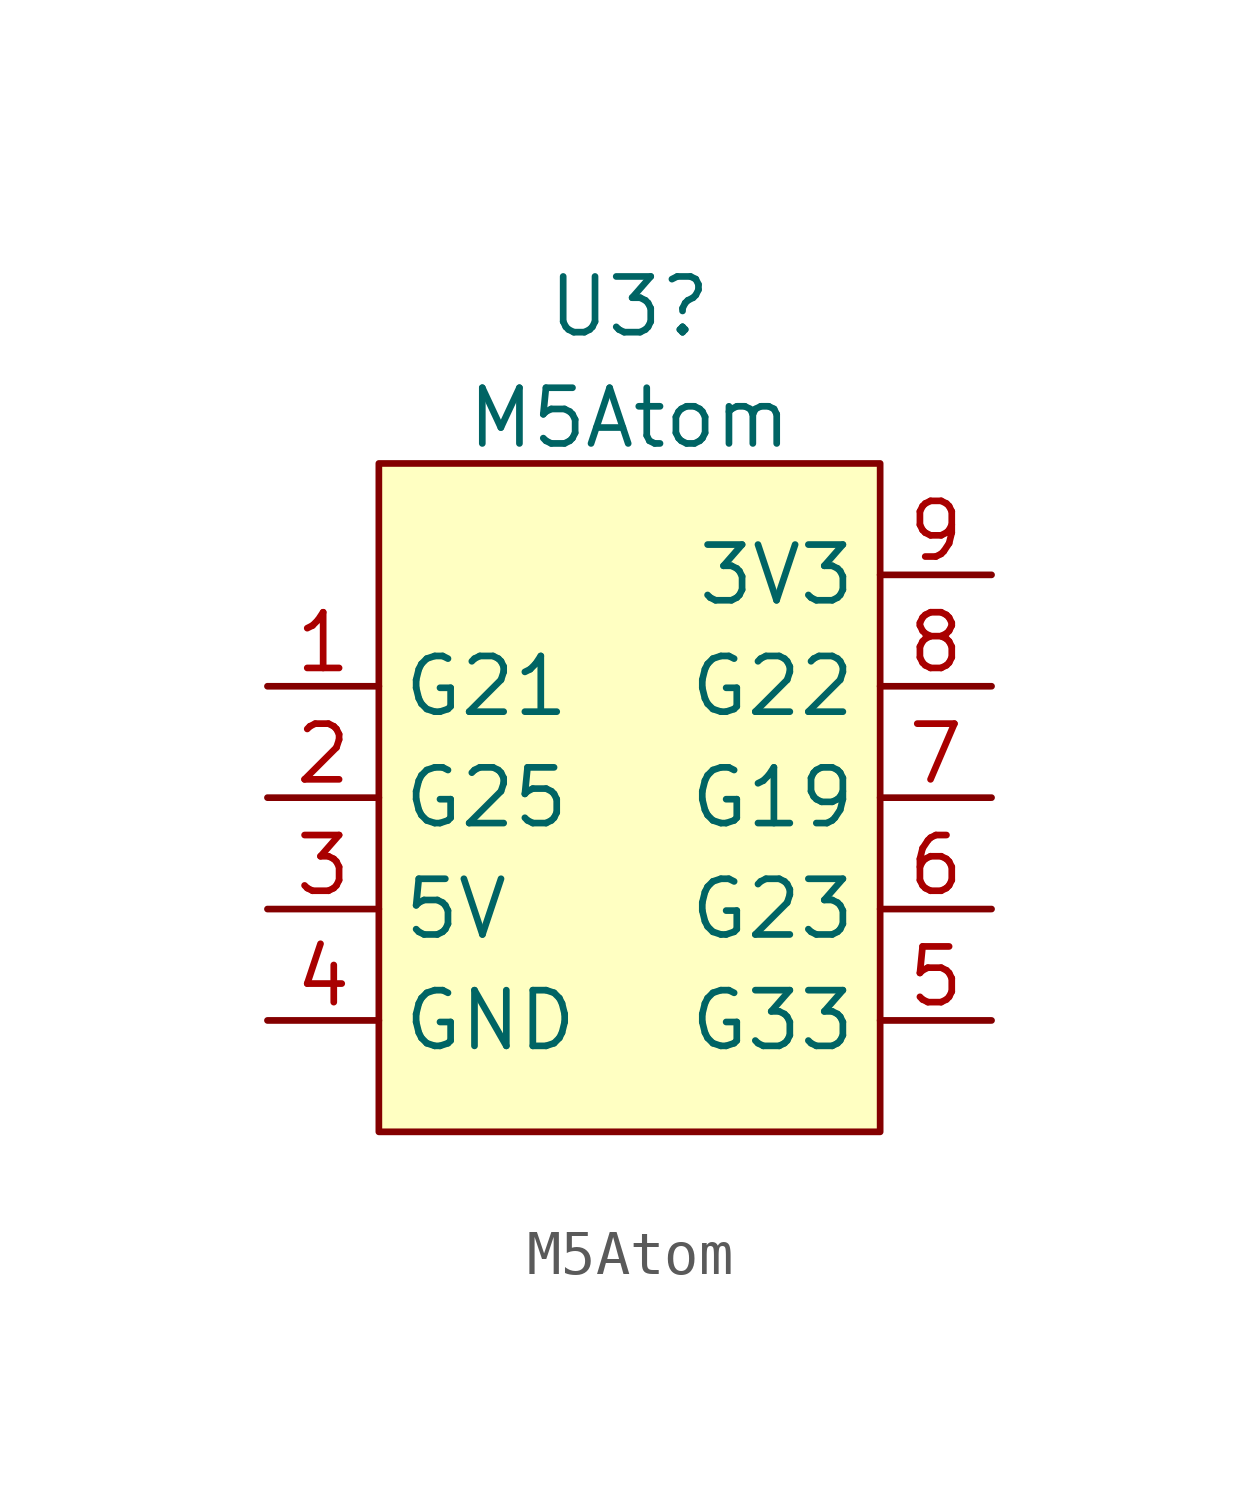
<source format=kicad_sym>
(kicad_symbol_lib
  (version 20211014)
  (generator kicad_symbol_editor)
  (symbol "M5Atom"
    (property "Reference" "U3"
      (at -0.635 9.923 0)
      (effects (font (size 1.27 1.27))))
    (property "Value" "M5Atom"
      (at -0.635 7.386 0)
      (effects (font (size 1.27 1.27))))
    (symbol "M5Atom_0_1"
      (rectangle (start -6.35 6.35) (end 5.08 -8.89) (stroke (width 0) (type default) (color 0 0 0 0)) (fill (type background))))
    (symbol "M5Atom_1_1"
      (pin bidirectional line (at -8.89 1.27 0) (length 2.54) (name "G21" (effects (font (size 1.27 1.27)))) (number "1" (effects (font (size 1.27 1.27)))))
      (pin bidirectional line (at -8.89 -1.27 0) (length 2.54) (name "G25" (effects (font (size 1.27 1.27)))) (number "2" (effects (font (size 1.27 1.27)))))
      (pin bidirectional line (at -8.89 -3.81 0) (length 2.54) (name "5V" (effects (font (size 1.27 1.27)))) (number "3" (effects (font (size 1.27 1.27)))))
      (pin bidirectional line (at -8.89 -6.35 0) (length 2.54) (name "GND" (effects (font (size 1.27 1.27)))) (number "4" (effects (font (size 1.27 1.27)))))
      (pin bidirectional line (at 7.62 -6.35 180) (length 2.54) (name "G33" (effects (font (size 1.27 1.27)))) (number "5" (effects (font (size 1.27 1.27)))))
      (pin bidirectional line (at 7.62 -3.81 180) (length 2.54) (name "G23" (effects (font (size 1.27 1.27)))) (number "6" (effects (font (size 1.27 1.27)))))
      (pin bidirectional line (at 7.62 -1.27 180) (length 2.54) (name "G19" (effects (font (size 1.27 1.27)))) (number "7" (effects (font (size 1.27 1.27)))))
      (pin bidirectional line (at 7.62 1.27 180) (length 2.54) (name "G22" (effects (font (size 1.27 1.27)))) (number "8" (effects (font (size 1.27 1.27)))))
      (pin bidirectional line (at 7.62 3.81 180) (length 2.54) (name "3V3" (effects (font (size 1.27 1.27)))) (number "9" (effects (font (size 1.27 1.27))))))))
</source>
